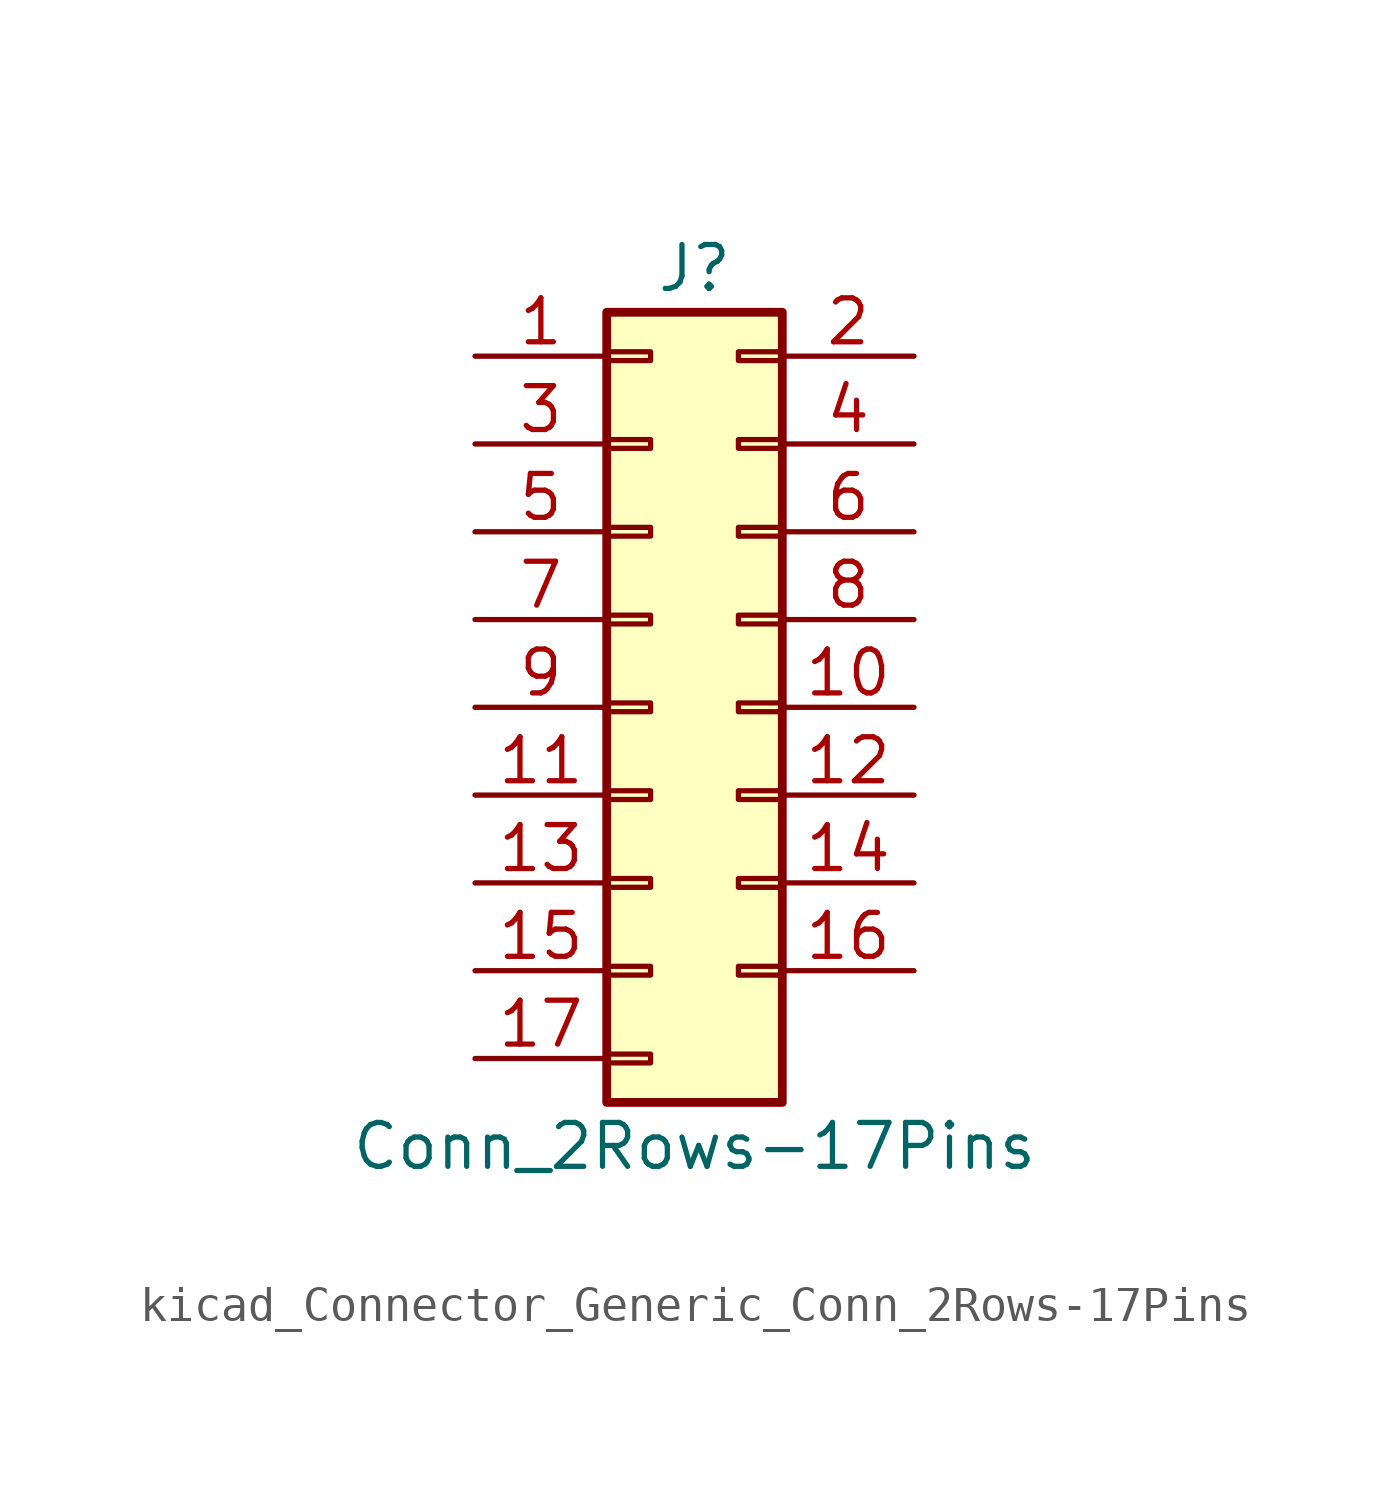
<source format=kicad_sym>
(kicad_symbol_lib
  (version 20220914)
  (generator kicad_symbol_editor)
  (symbol "kicad_Connector_Generic_Conn_2Rows-17Pins"
    (pin_names
      (offset 1.016) hide)
    (property "Reference" "J"
      (at 1.27 12.7 0)
      (effects (font (size 1.27 1.27))))
    (property "Value" "Conn_2Rows-17Pins"
      (at 1.27 -12.7 0)
      (effects (font (size 1.27 1.27))))
    (symbol "kicad_Connector_Generic_Conn_2Rows-17Pins_1_1"
      (rectangle (start -1.27 -10.033) (end 0 -10.287) (stroke (width 0.152) (type default)) (fill (type none)))
      (rectangle (start -1.27 -7.493) (end 0 -7.747) (stroke (width 0.152) (type default)) (fill (type none)))
      (rectangle (start -1.27 -4.953) (end 0 -5.207) (stroke (width 0.152) (type default)) (fill (type none)))
      (rectangle (start -1.27 -2.413) (end 0 -2.667) (stroke (width 0.152) (type default)) (fill (type none)))
      (rectangle (start -1.27 0.127) (end 0 -0.127) (stroke (width 0.152) (type default)) (fill (type none)))
      (rectangle (start -1.27 2.667) (end 0 2.413) (stroke (width 0.152) (type default)) (fill (type none)))
      (rectangle (start -1.27 5.207) (end 0 4.953) (stroke (width 0.152) (type default)) (fill (type none)))
      (rectangle (start -1.27 7.747) (end 0 7.493) (stroke (width 0.152) (type default)) (fill (type none)))
      (rectangle (start -1.27 10.287) (end 0 10.033) (stroke (width 0.152) (type default)) (fill (type none)))
      (rectangle (start -1.27 11.43) (end 3.81 -11.43) (stroke (width 0.254) (type default)) (fill (type background)))
      (rectangle (start 3.81 -7.493) (end 2.54 -7.747) (stroke (width 0.152) (type default)) (fill (type none)))
      (rectangle (start 3.81 -4.953) (end 2.54 -5.207) (stroke (width 0.152) (type default)) (fill (type none)))
      (rectangle (start 3.81 -2.413) (end 2.54 -2.667) (stroke (width 0.152) (type default)) (fill (type none)))
      (rectangle (start 3.81 0.127) (end 2.54 -0.127) (stroke (width 0.152) (type default)) (fill (type none)))
      (rectangle (start 3.81 2.667) (end 2.54 2.413) (stroke (width 0.152) (type default)) (fill (type none)))
      (rectangle (start 3.81 5.207) (end 2.54 4.953) (stroke (width 0.152) (type default)) (fill (type none)))
      (rectangle (start 3.81 7.747) (end 2.54 7.493) (stroke (width 0.152) (type default)) (fill (type none)))
      (rectangle (start 3.81 10.287) (end 2.54 10.033) (stroke (width 0.152) (type default)) (fill (type none)))
      (pin passive line (at -5.08 10.16 0) (length 3.81) (name "Pin_1" (effects (font (size 1.27 1.27)))) (number "1" (effects (font (size 1.27 1.27)))))
      (pin passive line (at 7.62 0 180) (length 3.81) (name "Pin_10" (effects (font (size 1.27 1.27)))) (number "10" (effects (font (size 1.27 1.27)))))
      (pin passive line (at -5.08 -2.54 0) (length 3.81) (name "Pin_11" (effects (font (size 1.27 1.27)))) (number "11" (effects (font (size 1.27 1.27)))))
      (pin passive line (at 7.62 -2.54 180) (length 3.81) (name "Pin_12" (effects (font (size 1.27 1.27)))) (number "12" (effects (font (size 1.27 1.27)))))
      (pin passive line (at -5.08 -5.08 0) (length 3.81) (name "Pin_13" (effects (font (size 1.27 1.27)))) (number "13" (effects (font (size 1.27 1.27)))))
      (pin passive line (at 7.62 -5.08 180) (length 3.81) (name "Pin_14" (effects (font (size 1.27 1.27)))) (number "14" (effects (font (size 1.27 1.27)))))
      (pin passive line (at -5.08 -7.62 0) (length 3.81) (name "Pin_15" (effects (font (size 1.27 1.27)))) (number "15" (effects (font (size 1.27 1.27)))))
      (pin passive line (at 7.62 -7.62 180) (length 3.81) (name "Pin_16" (effects (font (size 1.27 1.27)))) (number "16" (effects (font (size 1.27 1.27)))))
      (pin passive line (at -5.08 -10.16 0) (length 3.81) (name "Pin_17" (effects (font (size 1.27 1.27)))) (number "17" (effects (font (size 1.27 1.27)))))
      (pin passive line (at 7.62 10.16 180) (length 3.81) (name "Pin_2" (effects (font (size 1.27 1.27)))) (number "2" (effects (font (size 1.27 1.27)))))
      (pin passive line (at -5.08 7.62 0) (length 3.81) (name "Pin_3" (effects (font (size 1.27 1.27)))) (number "3" (effects (font (size 1.27 1.27)))))
      (pin passive line (at 7.62 7.62 180) (length 3.81) (name "Pin_4" (effects (font (size 1.27 1.27)))) (number "4" (effects (font (size 1.27 1.27)))))
      (pin passive line (at -5.08 5.08 0) (length 3.81) (name "Pin_5" (effects (font (size 1.27 1.27)))) (number "5" (effects (font (size 1.27 1.27)))))
      (pin passive line (at 7.62 5.08 180) (length 3.81) (name "Pin_6" (effects (font (size 1.27 1.27)))) (number "6" (effects (font (size 1.27 1.27)))))
      (pin passive line (at -5.08 2.54 0) (length 3.81) (name "Pin_7" (effects (font (size 1.27 1.27)))) (number "7" (effects (font (size 1.27 1.27)))))
      (pin passive line (at 7.62 2.54 180) (length 3.81) (name "Pin_8" (effects (font (size 1.27 1.27)))) (number "8" (effects (font (size 1.27 1.27)))))
      (pin passive line (at -5.08 0 0) (length 3.81) (name "Pin_9" (effects (font (size 1.27 1.27)))) (number "9" (effects (font (size 1.27 1.27))))))))
</source>
